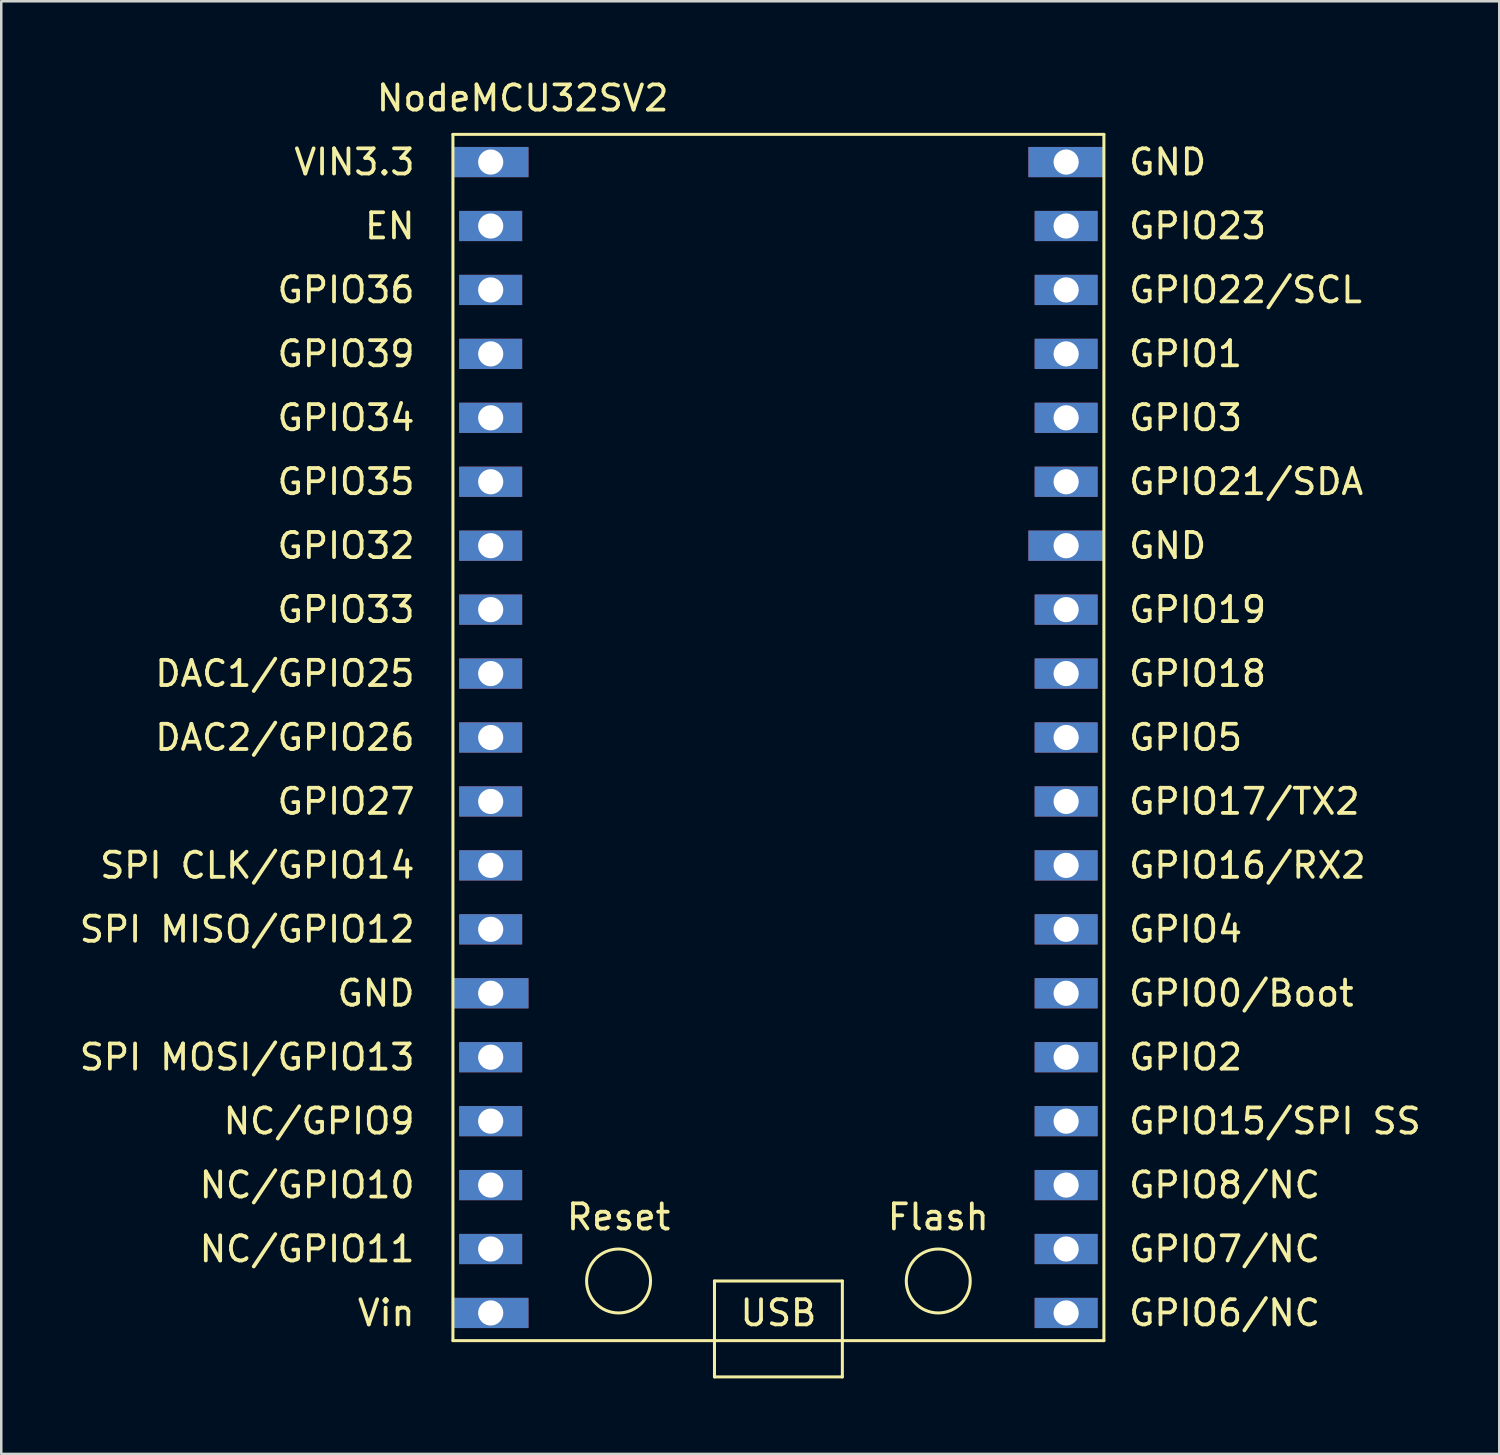
<source format=kicad_pcb>
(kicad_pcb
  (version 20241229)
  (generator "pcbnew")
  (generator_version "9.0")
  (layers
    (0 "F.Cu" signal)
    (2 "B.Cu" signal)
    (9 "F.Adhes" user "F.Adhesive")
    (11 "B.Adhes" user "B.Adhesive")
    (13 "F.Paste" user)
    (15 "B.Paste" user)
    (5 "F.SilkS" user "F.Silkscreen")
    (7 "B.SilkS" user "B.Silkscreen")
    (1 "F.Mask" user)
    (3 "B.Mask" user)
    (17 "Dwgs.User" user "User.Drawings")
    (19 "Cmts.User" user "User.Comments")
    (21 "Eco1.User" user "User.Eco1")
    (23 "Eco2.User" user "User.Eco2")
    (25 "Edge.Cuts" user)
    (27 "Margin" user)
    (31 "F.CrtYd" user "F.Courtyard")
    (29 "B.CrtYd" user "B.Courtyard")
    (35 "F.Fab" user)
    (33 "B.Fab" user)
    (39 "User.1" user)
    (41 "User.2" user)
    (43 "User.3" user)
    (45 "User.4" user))
  (footprint "NodeMCU32SV2"
    (layer "F.Cu")
    (at 27.873 26.248)
    (property "Reference" "NodeMCU32SV2" (at -10.16 -25.4 0) (layer "F.SilkS") (effects (font (size 1 1) (thickness 0.15))))
    (attr through_hole)
    (fp_line (start -12.93 23.96) (end 12.93 23.96) (stroke (width 0.12) (type solid)) (layer "F.SilkS"))
    (fp_line (start -12.93 -23.96) (end -12.93 23.96) (stroke (width 0.12) (type solid)) (layer "F.SilkS"))
    (fp_line (start -12.93 -23.96) (end 12.93 -23.96) (stroke (width 0.12) (type solid)) (layer "F.SilkS"))
    (fp_line (start -2.54 21.59) (end -2.54 25.4) (stroke (width 0.12) (type solid)) (layer "F.SilkS"))
    (fp_line (start -2.54 25.4) (end 2.54 25.4) (stroke (width 0.12) (type solid)) (layer "F.SilkS"))
    (fp_line (start 2.54 21.59) (end -2.54 21.59) (stroke (width 0.12) (type solid)) (layer "F.SilkS"))
    (fp_line (start 2.54 21.59) (end 2.54 25.4) (stroke (width 0.12) (type solid)) (layer "F.SilkS"))
    (fp_line (start 12.93 23.96) (end 12.93 -23.96) (stroke (width 0.12) (type solid)) (layer "F.SilkS"))
    (fp_circle (center -6.35 21.59) (end -6.35 22.86) (stroke (width 0.12) (type solid)) (fill no) (layer "F.SilkS"))
    (fp_circle (center 6.35 21.59) (end 6.35 22.86) (stroke (width 0.12) (type solid)) (fill no) (layer "F.SilkS"))
    (fp_text user "GPIO23" (at 16.653 -20.32 0) (unlocked yes) (layer "F.SilkS") (effects (font (size 1 1) (thickness 0.15))))
    (fp_text user "GPIO2" (at 16.177 12.7 0) (unlocked yes) (layer "F.SilkS") (effects (font (size 1 1) (thickness 0.15))))
    (fp_text user "GPIO15/SPI SS" (at 19.725 15.24 0) (unlocked yes) (layer "F.SilkS") (effects (font (size 1 1) (thickness 0.15))))
    (fp_text user "NC/GPIO11" (at -18.724 20.32 0) (unlocked yes) (layer "F.SilkS") (effects (font (size 1 1) (thickness 0.15))))
    (fp_text user "EN" (at -15.439 -20.32 0) (unlocked yes) (layer "F.SilkS") (effects (font (size 1 1) (thickness 0.15))))
    (fp_text user "GPIO4" (at 16.177 7.62 0) (unlocked yes) (layer "F.SilkS") (effects (font (size 1 1) (thickness 0.15))))
    (fp_text user "GPIO17/TX2" (at 18.51 2.54 0) (unlocked yes) (layer "F.SilkS") (effects (font (size 1 1) (thickness 0.15))))
    (fp_text user "SPI MISO/GPIO12" (at -21.105 7.62 0) (unlocked yes) (layer "F.SilkS") (effects (font (size 1 1) (thickness 0.15))))
    (fp_text user "USB" (at 0 22.86 0) (layer "F.SilkS") (effects (font (size 1 1) (thickness 0.15))))
    (fp_text user "GPIO36" (at -17.177 -17.78 0) (unlocked yes) (layer "F.SilkS") (effects (font (size 1 1) (thickness 0.15))))
    (fp_text user "DAC2/GPIO26" (at -19.605 0 0) (unlocked yes) (layer "F.SilkS") (effects (font (size 1 1) (thickness 0.15))))
    (fp_text user "GPIO35" (at -17.177 -10.16 0) (unlocked yes) (layer "F.SilkS") (effects (font (size 1 1) (thickness 0.15))))
    (fp_text user "NC/GPIO9" (at -18.248 15.24 0) (unlocked yes) (layer "F.SilkS") (effects (font (size 1 1) (thickness 0.15))))
    (fp_text user "Flash" (at 6.35 19.05 0) (layer "F.SilkS") (effects (font (size 1 1) (thickness 0.15))))
    (fp_text user "GND" (at -15.986 10.16 0) (unlocked yes) (layer "F.SilkS") (effects (font (size 1 1) (thickness 0.15))))
    (fp_text user "GPIO27" (at -17.177 2.54 0) (unlocked yes) (layer "F.SilkS") (effects (font (size 1 1) (thickness 0.15))))
    (fp_text user "GPIO3" (at 16.177 -12.7 0) (unlocked yes) (layer "F.SilkS") (effects (font (size 1 1) (thickness 0.15))))
    (fp_text user "GND" (at 15.463 -22.86 0) (unlocked yes) (layer "F.SilkS") (effects (font (size 1 1) (thickness 0.15))))
    (fp_text user "GPIO21/SDA" (at 18.582 -10.16 0) (unlocked yes) (layer "F.SilkS") (effects (font (size 1 1) (thickness 0.15))))
    (fp_text user "GPIO22/SCL" (at 18.558 -17.78 0) (unlocked yes) (layer "F.SilkS") (effects (font (size 1 1) (thickness 0.15))))
    (fp_text user "GPIO18" (at 16.653 -2.54 0) (unlocked yes) (layer "F.SilkS") (effects (font (size 1 1) (thickness 0.15))))
    (fp_text user "SPI CLK/GPIO14" (at -20.7 5.08 0) (unlocked yes) (layer "F.SilkS") (effects (font (size 1 1) (thickness 0.15))))
    (fp_text user "GPIO8/NC" (at 17.725 17.78 0) (unlocked yes) (layer "F.SilkS") (effects (font (size 1 1) (thickness 0.15))))
    (fp_text user "GPIO6/NC" (at 17.725 22.86 0) (unlocked yes) (layer "F.SilkS") (effects (font (size 1 1) (thickness 0.15))))
    (fp_text user "GND" (at 15.463 -7.62 0) (unlocked yes) (layer "F.SilkS") (effects (font (size 1 1) (thickness 0.15))))
    (fp_text user "GPIO0/Boot" (at 18.391 10.16 0) (unlocked yes) (layer "F.SilkS") (effects (font (size 1 1) (thickness 0.15))))
    (fp_text user "GPIO33" (at -17.177 -5.08 0) (unlocked yes) (layer "F.SilkS") (effects (font (size 1 1) (thickness 0.15))))
    (fp_text user "GPIO39" (at -17.177 -15.24 0) (unlocked yes) (layer "F.SilkS") (effects (font (size 1 1) (thickness 0.15))))
    (fp_text user "GPIO32" (at -17.177 -7.62 0) (unlocked yes) (layer "F.SilkS") (effects (font (size 1 1) (thickness 0.15))))
    (fp_text user "GPIO1" (at 16.177 -15.24 0) (unlocked yes) (layer "F.SilkS") (effects (font (size 1 1) (thickness 0.15))))
    (fp_text user "GPIO5" (at 16.177 0 0) (unlocked yes) (layer "F.SilkS") (effects (font (size 1 1) (thickness 0.15))))
    (fp_text user "GPIO7/NC" (at 17.725 20.32 0) (unlocked yes) (layer "F.SilkS") (effects (font (size 1 1) (thickness 0.15))))
    (fp_text user "NC/GPIO10" (at -18.724 17.78 0) (unlocked yes) (layer "F.SilkS") (effects (font (size 1 1) (thickness 0.15))))
    (fp_text user "GPIO19" (at 16.653 -5.08 0) (unlocked yes) (layer "F.SilkS") (effects (font (size 1 1) (thickness 0.15))))
    (fp_text user "GPIO34" (at -17.177 -12.7 0) (unlocked yes) (layer "F.SilkS") (effects (font (size 1 1) (thickness 0.15))))
    (fp_text user "Reset" (at -6.35 19.05 0) (layer "F.SilkS") (effects (font (size 1 1) (thickness 0.15))))
    (fp_text user "Vin" (at -15.581 22.86 0) (unlocked yes) (layer "F.SilkS") (effects (font (size 1 1) (thickness 0.15))))
    (fp_text user "SPI MOSI/GPIO13" (at -21.105 12.7 0) (unlocked yes) (layer "F.SilkS") (effects (font (size 1 1) (thickness 0.15))))
    (fp_text user "VIN3.3" (at -16.843 -22.86 0) (unlocked yes) (layer "F.SilkS") (effects (font (size 1 1) (thickness 0.15))))
    (fp_text user "DAC1/GPIO25" (at -19.605 -2.54 0) (unlocked yes) (layer "F.SilkS") (effects (font (size 1 1) (thickness 0.15))))
    (fp_text user "GPIO16/RX2" (at 18.63 5.08 0) (unlocked yes) (layer "F.SilkS") (effects (font (size 1 1) (thickness 0.15))))
    (pad "1" thru_hole trapezoid (at -11.43 -22.86 270) (size 1.2 3) (drill 1) (layers "*.Cu" "*.Mask"))
    (pad "2" thru_hole trapezoid (at -11.43 -20.32 270) (size 1.2 2.5) (drill 1) (layers "*.Cu" "*.Mask"))
    (pad "3" thru_hole trapezoid (at -11.43 -17.78 270) (size 1.2 2.5) (drill 1) (layers "*.Cu" "*.Mask"))
    (pad "4" thru_hole trapezoid (at -11.43 -15.24 270) (size 1.2 2.5) (drill 1) (layers "*.Cu" "*.Mask"))
    (pad "5" thru_hole trapezoid (at -11.43 -12.7 270) (size 1.2 2.5) (drill 1) (layers "*.Cu" "*.Mask"))
    (pad "6" thru_hole trapezoid (at -11.43 -10.16 270) (size 1.2 2.5) (drill 1) (layers "*.Cu" "*.Mask"))
    (pad "7" thru_hole trapezoid (at -11.43 -7.62 270) (size 1.2 2.5) (drill 1) (layers "*.Cu" "*.Mask"))
    (pad "8" thru_hole trapezoid (at -11.43 -5.08 270) (size 1.2 2.5) (drill 1) (layers "*.Cu" "*.Mask"))
    (pad "9" thru_hole trapezoid (at -11.43 -2.54 270) (size 1.2 2.5) (drill 1) (layers "*.Cu" "*.Mask"))
    (pad "10" thru_hole trapezoid (at -11.43 0 270) (size 1.2 2.5) (drill 1) (layers "*.Cu" "*.Mask"))
    (pad "11" thru_hole trapezoid (at -11.43 2.54 270) (size 1.2 2.5) (drill 1) (layers "*.Cu" "*.Mask"))
    (pad "12" thru_hole trapezoid (at -11.43 5.08 270) (size 1.2 2.5) (drill 1) (layers "*.Cu" "*.Mask"))
    (pad "13" thru_hole trapezoid (at -11.43 7.62 270) (size 1.2 2.5) (drill 1) (layers "*.Cu" "*.Mask"))
    (pad "14" thru_hole trapezoid (at -11.43 10.16 270) (size 1.2 3) (drill 1) (layers "*.Cu" "*.Mask"))
    (pad "15" thru_hole trapezoid (at -11.43 12.7 270) (size 1.2 2.5) (drill 1) (layers "*.Cu" "*.Mask"))
    (pad "16" thru_hole trapezoid (at -11.43 15.24 270) (size 1.2 2.5) (drill 1) (layers "*.Cu" "*.Mask"))
    (pad "17" thru_hole trapezoid (at -11.43 17.78 270) (size 1.2 2.5) (drill 1) (layers "*.Cu" "*.Mask"))
    (pad "18" thru_hole trapezoid (at -11.43 20.32 270) (size 1.2 2.5) (drill 1) (layers "*.Cu" "*.Mask"))
    (pad "19" thru_hole trapezoid (at -11.43 22.86 270) (size 1.2 3) (drill 1) (layers "*.Cu" "*.Mask"))
    (pad "20" thru_hole trapezoid (at 11.43 22.86 270) (size 1.2 2.5) (drill 1) (layers "*.Cu" "*.Mask"))
    (pad "21" thru_hole trapezoid (at 11.43 20.32 270) (size 1.2 2.5) (drill 1) (layers "*.Cu" "*.Mask"))
    (pad "22" thru_hole trapezoid (at 11.43 17.78 270) (size 1.2 2.5) (drill 1) (layers "*.Cu" "*.Mask"))
    (pad "23" thru_hole trapezoid (at 11.43 15.24 270) (size 1.2 2.5) (drill 1) (layers "*.Cu" "*.Mask"))
    (pad "24" thru_hole trapezoid (at 11.43 12.7 270) (size 1.2 2.5) (drill 1) (layers "*.Cu" "*.Mask"))
    (pad "25" thru_hole trapezoid (at 11.43 10.16 270) (size 1.2 2.5) (drill 1) (layers "*.Cu" "*.Mask"))
    (pad "26" thru_hole trapezoid (at 11.43 7.62 270) (size 1.2 2.5) (drill 1) (layers "*.Cu" "*.Mask"))
    (pad "27" thru_hole trapezoid (at 11.43 5.08 270) (size 1.2 2.5) (drill 1) (layers "*.Cu" "*.Mask"))
    (pad "28" thru_hole trapezoid (at 11.43 2.54 270) (size 1.2 2.5) (drill 1) (layers "*.Cu" "*.Mask"))
    (pad "29" thru_hole trapezoid (at 11.43 0 270) (size 1.2 2.5) (drill 1) (layers "*.Cu" "*.Mask"))
    (pad "30" thru_hole trapezoid (at 11.43 -2.54 270) (size 1.2 2.5) (drill 1) (layers "*.Cu" "*.Mask"))
    (pad "31" thru_hole trapezoid (at 11.43 -5.08 270) (size 1.2 2.5) (drill 1) (layers "*.Cu" "*.Mask"))
    (pad "32" thru_hole trapezoid (at 11.43 -7.62 270) (size 1.2 3) (drill 1) (layers "*.Cu" "*.Mask"))
    (pad "33" thru_hole trapezoid (at 11.43 -10.16 270) (size 1.2 2.5) (drill 1) (layers "*.Cu" "*.Mask"))
    (pad "34" thru_hole trapezoid (at 11.43 -12.7 270) (size 1.2 2.5) (drill 1) (layers "*.Cu" "*.Mask"))
    (pad "35" thru_hole trapezoid (at 11.43 -15.24 270) (size 1.2 2.5) (drill 1) (layers "*.Cu" "*.Mask"))
    (pad "36" thru_hole trapezoid (at 11.43 -17.78 270) (size 1.2 2.5) (drill 1) (layers "*.Cu" "*.Mask"))
    (pad "37" thru_hole trapezoid (at 11.43 -20.32 270) (size 1.2 2.5) (drill 1) (layers "*.Cu" "*.Mask"))
    (pad "38" thru_hole trapezoid (at 11.43 -22.86 270) (size 1.2 3) (drill 1) (layers "*.Cu" "*.Mask")))
  (gr_rect
    (start -3 -3)
    (end 56.509 54.708)
    (stroke (width 0.1) (type default))
    (fill no)
    (layer "Edge.Cuts")))
</source>
